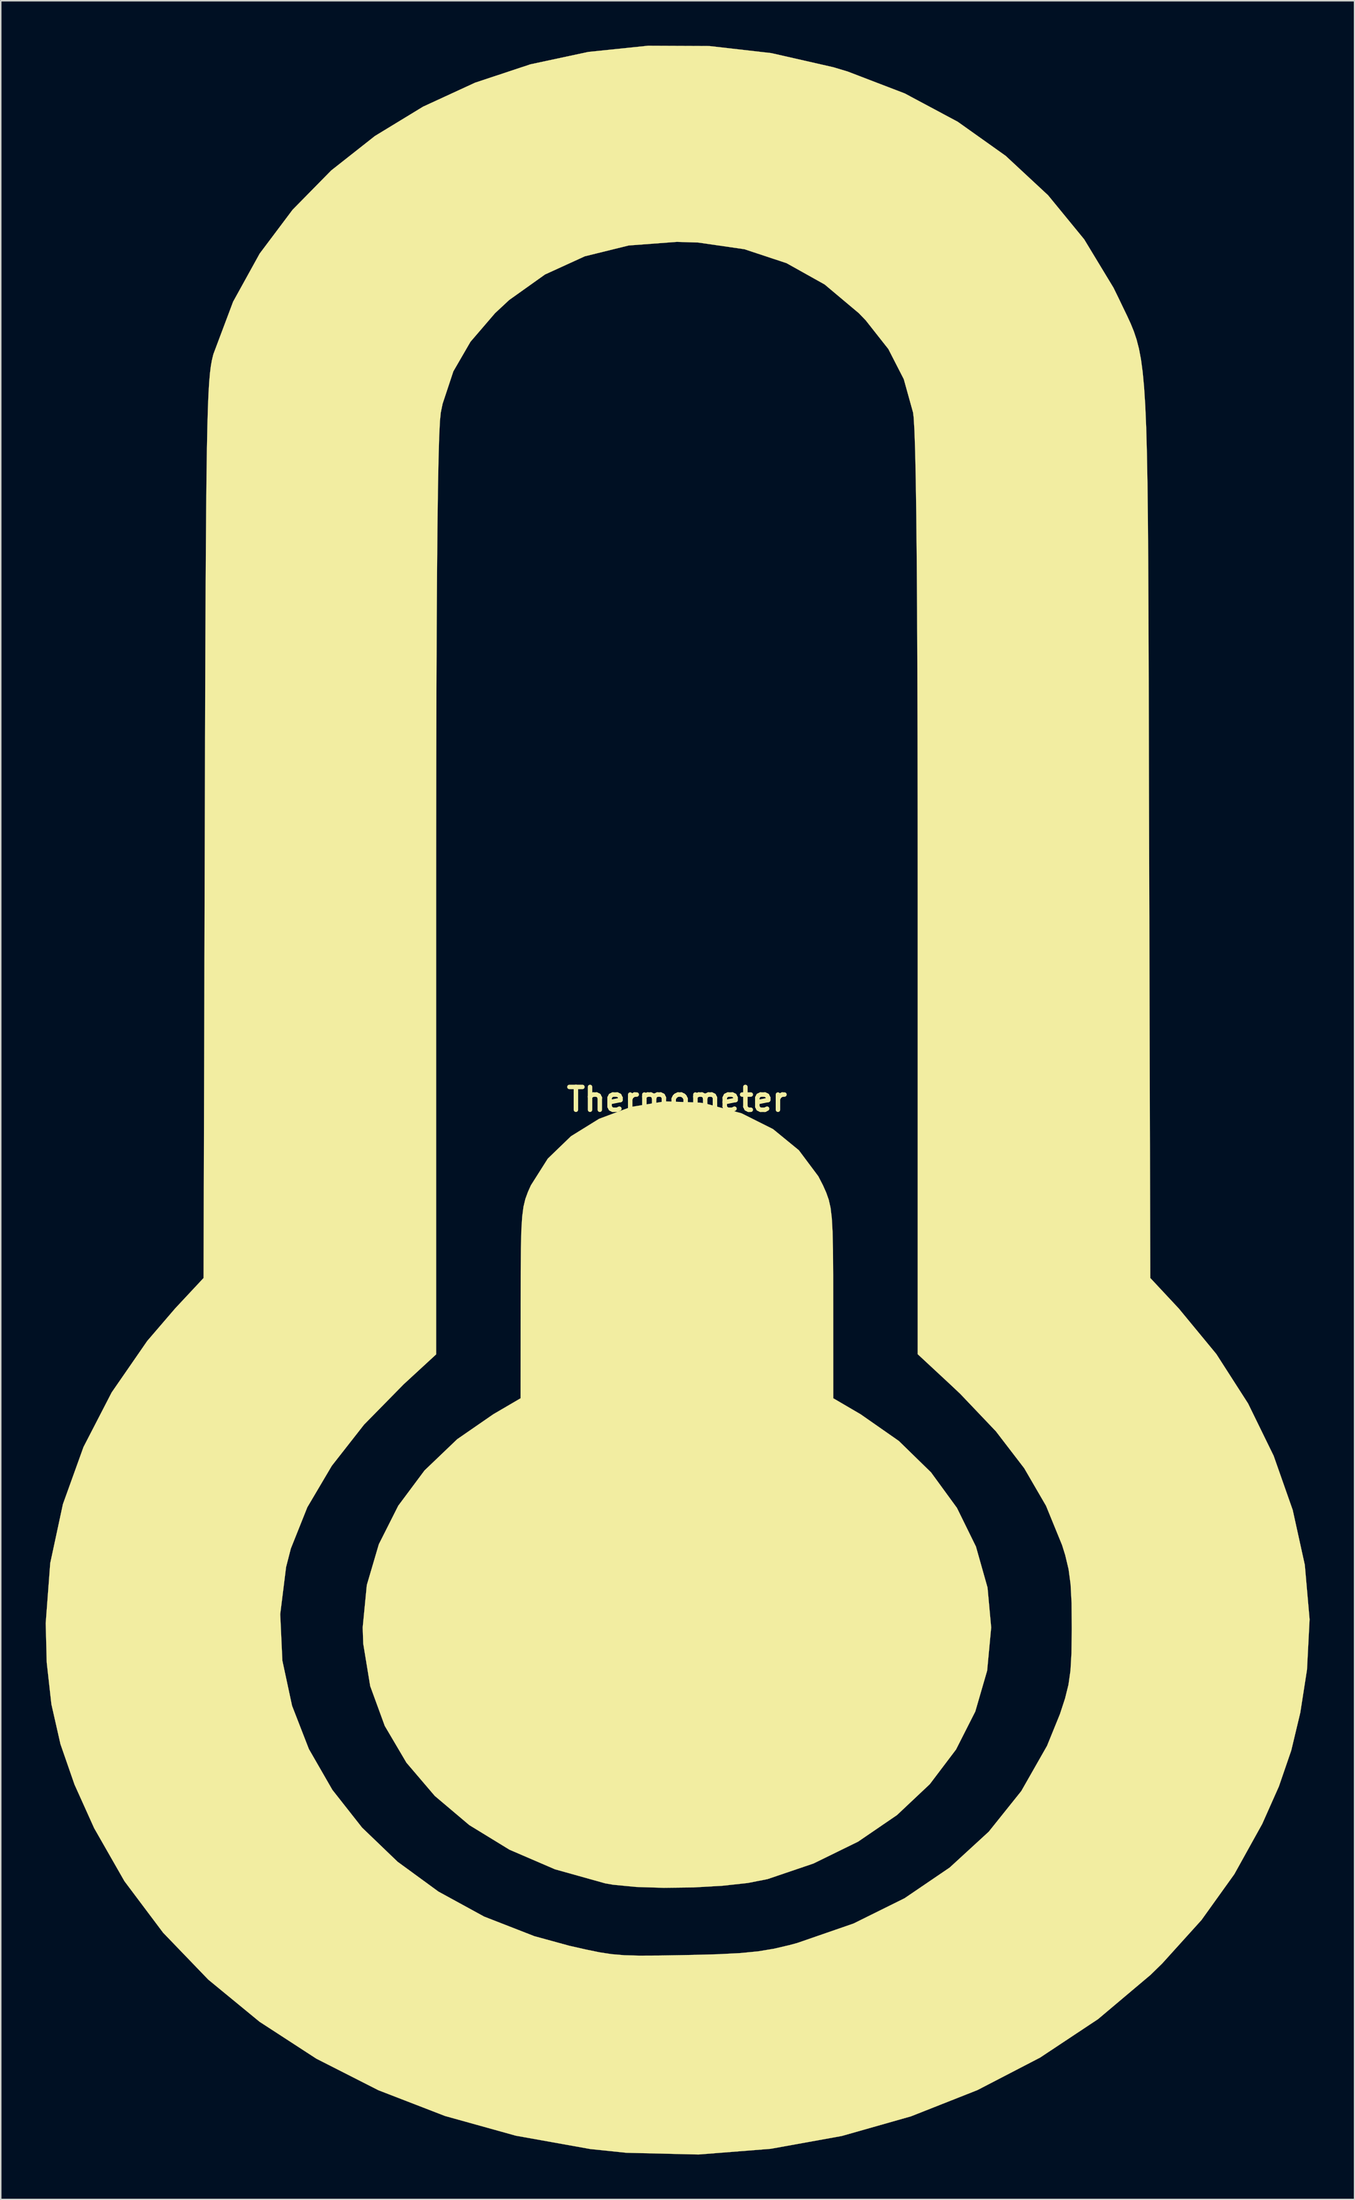
<source format=kicad_pcb>
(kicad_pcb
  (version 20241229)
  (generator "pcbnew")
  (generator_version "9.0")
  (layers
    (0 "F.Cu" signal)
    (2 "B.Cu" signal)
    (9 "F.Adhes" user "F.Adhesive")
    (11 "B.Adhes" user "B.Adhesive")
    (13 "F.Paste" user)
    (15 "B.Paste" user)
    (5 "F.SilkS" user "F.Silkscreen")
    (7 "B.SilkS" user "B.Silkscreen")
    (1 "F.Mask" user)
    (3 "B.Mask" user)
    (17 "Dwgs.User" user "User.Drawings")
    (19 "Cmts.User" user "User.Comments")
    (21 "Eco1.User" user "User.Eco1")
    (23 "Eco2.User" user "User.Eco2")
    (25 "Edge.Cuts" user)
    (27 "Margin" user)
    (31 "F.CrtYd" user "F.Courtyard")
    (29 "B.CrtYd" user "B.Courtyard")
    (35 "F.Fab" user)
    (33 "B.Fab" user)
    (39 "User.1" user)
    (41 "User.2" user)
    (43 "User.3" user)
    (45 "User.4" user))
  (footprint "Thermometer"
    (layer "F.Cu")
    (at 42.175 70.399)
    (property "Reference" "Thermometer" (at 0 0 0) (layer "F.SilkS") (effects (font (size 1.524 1.524) (thickness 0.3))))
    (attr through_hole)
    (fp_poly (pts (xy 1.516 0.213) (xy 1.89 0.271) (xy 4.318 0.928) (xy 6.419 1.981) (xy 8.145 3.394) (xy 9.446 5.134) (xy 9.757 5.737) (xy 9.977 6.232) (xy 10.143 6.704) (xy 10.264 7.239) (xy 10.346 7.922) (xy 10.398 8.838) (xy 10.425 10.072) (xy 10.437 11.709) (xy 10.439 13.58) (xy 10.442 19.963) (xy 12.272 21.034) (xy 14.821 22.813) (xy 16.977 24.916) (xy 18.707 27.288) (xy 19.976 29.871) (xy 20.75 32.609) (xy 20.994 35.278) (xy 20.724 38.164) (xy 19.932 40.892) (xy 18.646 43.429) (xy 16.894 45.744) (xy 14.704 47.807) (xy 12.104 49.584) (xy 9.122 51.045) (xy 6.05 52.088) (xy 4.731 52.347) (xy 3.023 52.533) (xy 1.098 52.642) (xy -0.873 52.67) (xy -2.717 52.612) (xy -4.263 52.463) (xy -4.798 52.369) (xy -8.151 51.431) (xy -11.187 50.123) (xy -13.873 48.478) (xy -16.178 46.529) (xy -18.071 44.31) (xy -19.519 41.853) (xy -20.492 39.192) (xy -20.957 36.361) (xy -20.994 35.278) (xy -20.719 32.445) (xy -19.915 29.714) (xy -18.618 27.142) (xy -16.862 24.785) (xy -14.681 22.699) (xy -12.272 21.034) (xy -10.442 19.963) (xy -10.439 13.58) (xy -10.436 11.511) (xy -10.423 9.921) (xy -10.393 8.726) (xy -10.339 7.839) (xy -10.253 7.176) (xy -10.128 6.652) (xy -9.956 6.181) (xy -9.757 5.737) (xy -8.627 3.953) (xy -7.078 2.458) (xy -5.201 1.295) (xy -3.083 0.505) (xy -0.815 0.13) (xy 1.516 0.213)) (stroke (width 0.01) (type solid)) (fill yes) (layer "F.SilkS"))
    (fp_poly (pts (xy 2.166 -70.373) (xy 6.304 -69.901) (xy 10.45 -68.958) (xy 11.394 -68.675) (xy 15.219 -67.208) (xy 18.756 -65.317) (xy 21.962 -63.038) (xy 24.795 -60.405) (xy 27.21 -57.457) (xy 29.165 -54.229) (xy 29.505 -53.535) (xy 29.808 -52.904) (xy 30.078 -52.345) (xy 30.317 -51.825) (xy 30.527 -51.308) (xy 30.71 -50.761) (xy 30.868 -50.148) (xy 31.003 -49.436) (xy 31.116 -48.59) (xy 31.21 -47.576) (xy 31.288 -46.359) (xy 31.35 -44.905) (xy 31.398 -43.178) (xy 31.436 -41.146) (xy 31.464 -38.773) (xy 31.485 -36.025) (xy 31.5 -32.868) (xy 31.513 -29.267) (xy 31.524 -25.187) (xy 31.535 -20.595) (xy 31.542 -18.095) (xy 31.624 11.929) (xy 33.527 13.967) (xy 36.035 17.007) (xy 38.157 20.312) (xy 39.867 23.81) (xy 41.139 27.428) (xy 41.947 31.094) (xy 42.266 34.735) (xy 42.093 38.097) (xy 41.646 40.966) (xy 41.042 43.493) (xy 40.217 45.895) (xy 39.109 48.386) (xy 39.102 48.401) (xy 37.24 51.757) (xy 35.045 54.82) (xy 32.415 57.73) (xy 31.64 58.486) (xy 28.137 61.439) (xy 24.262 64.011) (xy 20.076 66.182) (xy 15.641 67.934) (xy 11.016 69.248) (xy 6.264 70.105) (xy 1.445 70.485) (xy -3.38 70.37) (xy -5.786 70.12) (xy -10.764 69.229) (xy -15.494 67.913) (xy -19.946 66.191) (xy -24.088 64.085) (xy -27.887 61.615) (xy -31.311 58.801) (xy -34.33 55.665) (xy -36.911 52.226) (xy -38.935 48.683) (xy -40.247 45.771) (xy -41.185 43.07) (xy -41.79 40.407) (xy -42.103 37.611) (xy -42.17 34.996) (xy -42.125 34.386) (xy -26.504 34.386) (xy -26.361 37.489) (xy -25.713 40.506) (xy -24.589 43.398) (xy -23.02 46.125) (xy -21.035 48.648) (xy -18.663 50.927) (xy -15.934 52.921) (xy -12.879 54.592) (xy -9.525 55.9) (xy -7.197 56.538) (xy -6.061 56.795) (xy -5.153 56.981) (xy -4.346 57.103) (xy -3.51 57.173) (xy -2.519 57.2) (xy -1.245 57.194) (xy 0.439 57.164) (xy 0.847 57.156) (xy 2.747 57.106) (xy 4.223 57.03) (xy 5.417 56.914) (xy 6.47 56.74) (xy 7.521 56.495) (xy 8.043 56.353) (xy 11.804 55.052) (xy 15.206 53.366) (xy 18.223 51.314) (xy 20.832 48.92) (xy 23.007 46.203) (xy 24.725 43.185) (xy 25.588 41.063) (xy 25.931 40.014) (xy 26.158 39.099) (xy 26.293 38.148) (xy 26.359 36.992) (xy 26.38 35.458) (xy 26.38 35.278) (xy 26.366 33.636) (xy 26.3 32.393) (xy 26.165 31.384) (xy 25.941 30.444) (xy 25.732 29.774) (xy 24.659 27.148) (xy 23.202 24.639) (xy 21.31 22.172) (xy 18.931 19.673) (xy 18.326 19.101) (xy 16.087 17.021) (xy 16.087 -13.592) (xy 16.084 -19.191) (xy 16.076 -24.234) (xy 16.063 -28.729) (xy 16.045 -32.684) (xy 16.021 -36.108) (xy 15.992 -39.009) (xy 15.957 -41.395) (xy 15.916 -43.275) (xy 15.87 -44.656) (xy 15.817 -45.548) (xy 15.778 -45.88) (xy 15.156 -48.117) (xy 14.124 -50.131) (xy 12.616 -52.045) (xy 12.152 -52.527) (xy 9.869 -54.444) (xy 7.325 -55.867) (xy 4.509 -56.8) (xy 1.412 -57.247) (xy 0 -57.291) (xy -3.221 -57.05) (xy -6.156 -56.326) (xy -8.814 -55.112) (xy -11.208 -53.407) (xy -12.152 -52.527) (xy -13.792 -50.618) (xy -14.937 -48.641) (xy -15.656 -46.472) (xy -15.778 -45.88) (xy -15.834 -45.319) (xy -15.885 -44.274) (xy -15.929 -42.736) (xy -15.968 -40.697) (xy -16.001 -38.15) (xy -16.029 -35.085) (xy -16.051 -31.494) (xy -16.068 -27.37) (xy -16.079 -22.703) (xy -16.085 -17.486) (xy -16.087 -13.587) (xy -16.087 17.031) (xy -18.255 19.028) (xy -20.903 21.725) (xy -23.056 24.474) (xy -24.692 27.244) (xy -25.795 30.006) (xy -26.112 31.238) (xy -26.504 34.386) (xy -42.125 34.386) (xy -41.868 30.976) (xy -41.021 27.036) (xy -39.647 23.22) (xy -37.763 19.571) (xy -35.388 16.134) (xy -33.527 13.967) (xy -31.624 11.929) (xy -31.542 -18.095) (xy -31.528 -22.89) (xy -31.515 -27.154) (xy -31.501 -30.921) (xy -31.485 -34.222) (xy -31.468 -37.092) (xy -31.449 -39.564) (xy -31.427 -41.671) (xy -31.401 -43.446) (xy -31.371 -44.923) (xy -31.337 -46.134) (xy -31.297 -47.114) (xy -31.251 -47.894) (xy -31.198 -48.51) (xy -31.138 -48.993) (xy -31.07 -49.377) (xy -30.994 -49.695) (xy -30.961 -49.812) (xy -29.652 -53.293) (xy -27.877 -56.507) (xy -25.679 -59.435) (xy -23.099 -62.06) (xy -20.178 -64.363) (xy -16.958 -66.325) (xy -13.482 -67.927) (xy -9.789 -69.152) (xy -5.923 -69.98) (xy -1.924 -70.394) (xy 2.166 -70.373)) (stroke (width 0.01) (type solid)) (fill yes) (layer "F.SilkS")))
  (gr_rect
    (start -3 -3)
    (end 87.446 143.889)
    (stroke (width 0.1) (type default))
    (fill no)
    (layer "Edge.Cuts")))
</source>
